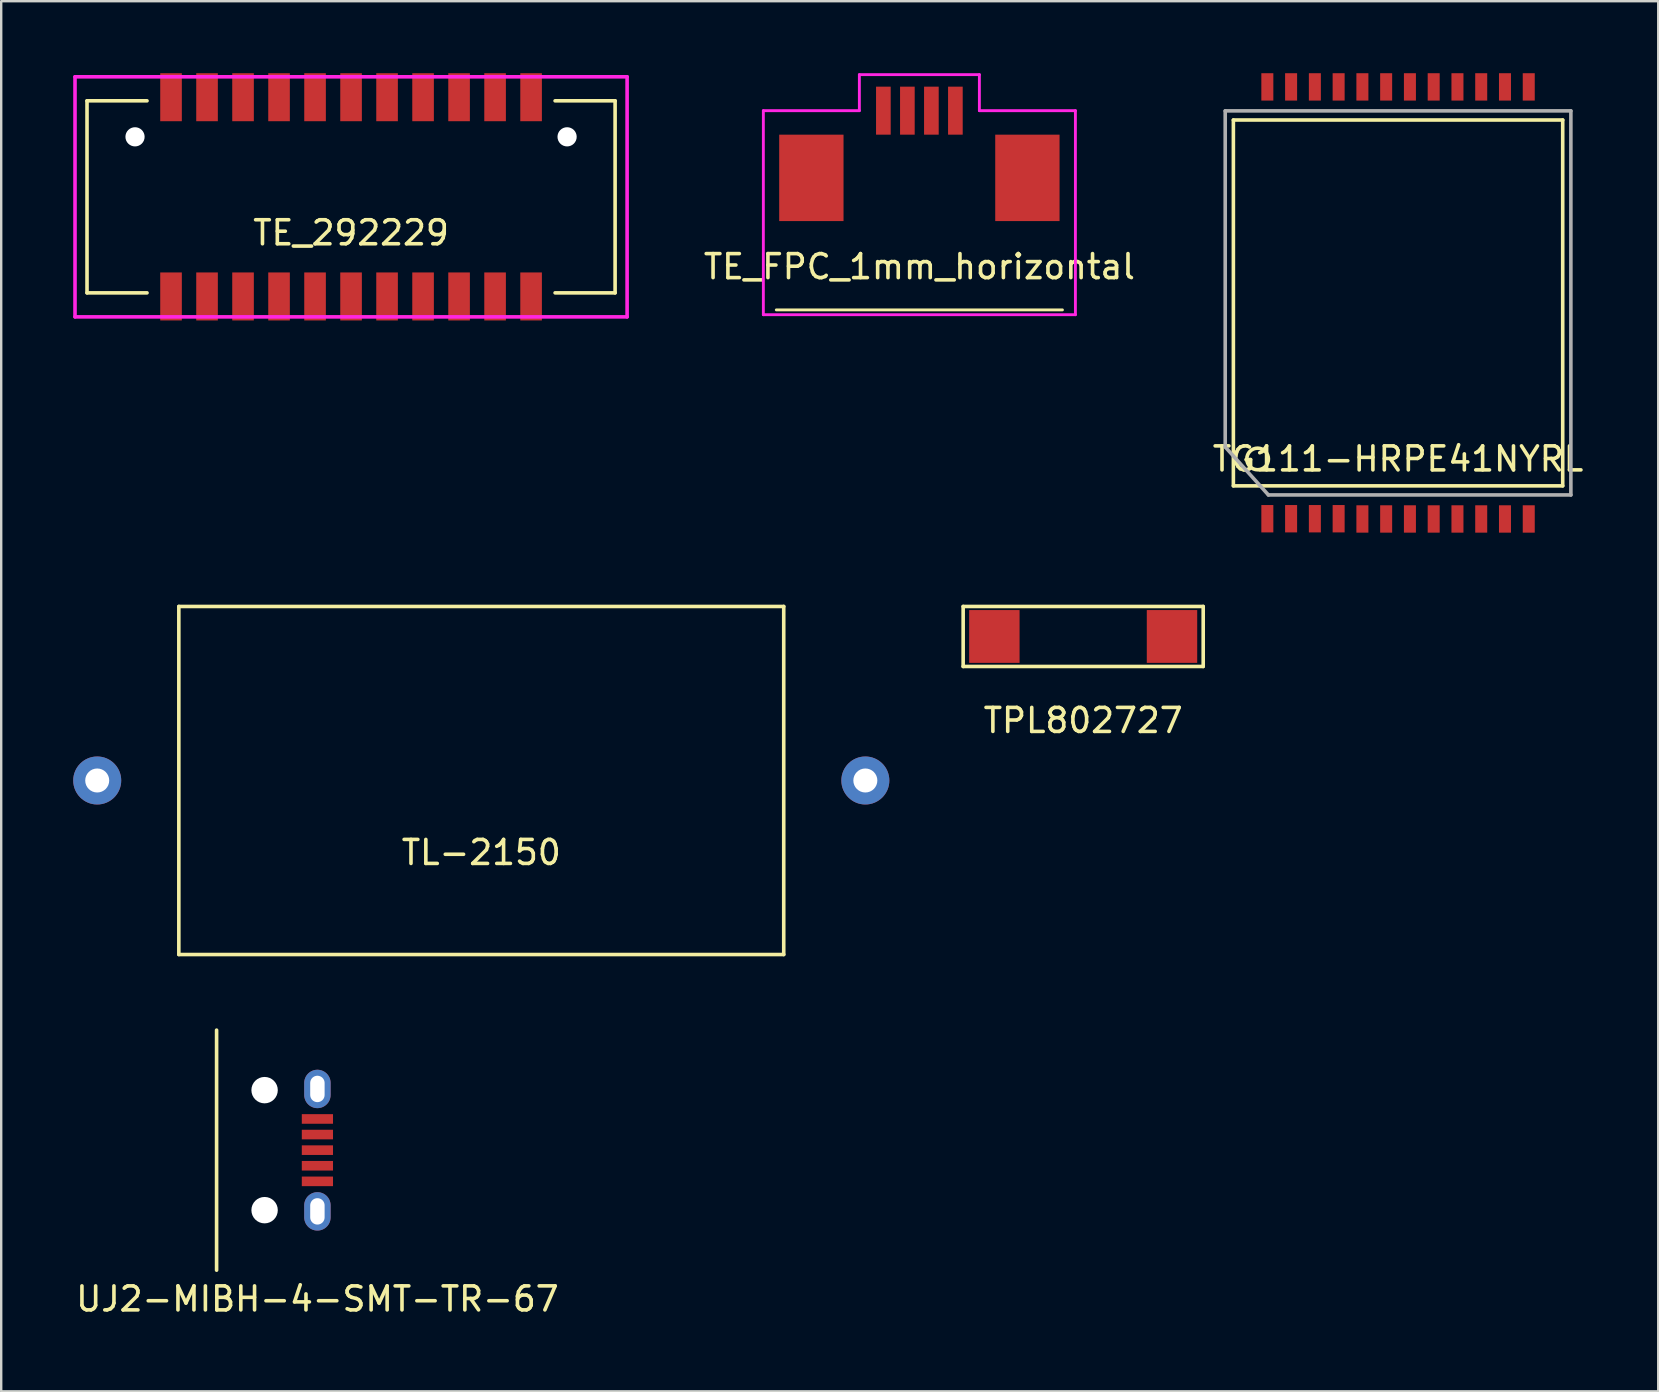
<source format=kicad_pcb>
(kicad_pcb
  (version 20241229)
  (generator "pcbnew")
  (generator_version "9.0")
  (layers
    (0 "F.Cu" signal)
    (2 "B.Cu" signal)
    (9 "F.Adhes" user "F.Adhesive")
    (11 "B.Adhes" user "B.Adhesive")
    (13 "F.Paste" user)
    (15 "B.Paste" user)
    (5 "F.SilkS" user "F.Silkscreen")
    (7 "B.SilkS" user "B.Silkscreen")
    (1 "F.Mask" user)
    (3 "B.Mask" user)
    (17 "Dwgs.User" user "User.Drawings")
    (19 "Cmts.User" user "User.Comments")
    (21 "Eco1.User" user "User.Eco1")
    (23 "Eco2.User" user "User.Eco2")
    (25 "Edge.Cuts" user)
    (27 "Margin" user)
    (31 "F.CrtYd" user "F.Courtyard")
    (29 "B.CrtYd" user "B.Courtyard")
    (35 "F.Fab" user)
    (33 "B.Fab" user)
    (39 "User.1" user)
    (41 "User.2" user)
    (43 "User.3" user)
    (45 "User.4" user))
  (footprint "TE_292229"
    (layer "F.Cu")
    (at 11.575 5.15)
    (property "Reference" "TE_292229" (at 0 1.5 0) (layer "F.SilkS") (effects (font (size 1 1) (thickness 0.15))))
    (attr through_hole)
    (fp_line (start -11 -4) (end -8.5 -4) (stroke (width 0.15) (type solid)) (layer "F.SilkS"))
    (fp_line (start -11 4) (end -11 -4) (stroke (width 0.15) (type solid)) (layer "F.SilkS"))
    (fp_line (start -8.5 4) (end -11 4) (stroke (width 0.15) (type solid)) (layer "F.SilkS"))
    (fp_line (start 8.5 4) (end 11 4) (stroke (width 0.15) (type solid)) (layer "F.SilkS"))
    (fp_line (start 11 -4) (end 8.5 -4) (stroke (width 0.15) (type solid)) (layer "F.SilkS"))
    (fp_line (start 11 4) (end 11 -4) (stroke (width 0.15) (type solid)) (layer "F.SilkS"))
    (fp_line (start -11.5 -5) (end 11.5 -5) (stroke (width 0.15) (type solid)) (layer "F.CrtYd"))
    (fp_line (start -11.5 5) (end -11.5 -5) (stroke (width 0.15) (type solid)) (layer "F.CrtYd"))
    (fp_line (start 11.5 -5) (end 11.5 5) (stroke (width 0.15) (type solid)) (layer "F.CrtYd"))
    (fp_line (start 11.5 5) (end -11.5 5) (stroke (width 0.15) (type solid)) (layer "F.CrtYd"))
    (pad "" np_thru_hole circle (at -9 -2.5) (size 0.8 0.8) (drill 0.8) (layers "*.Cu" "*.Mask"))
    (pad "" np_thru_hole circle (at 9 -2.5) (size 0.8 0.8) (drill 0.8) (layers "*.Cu" "*.Mask"))
    (pad "1" smd rect (at -7.5 4.15) (size 0.9 2) (layers "F.Cu" "F.Mask" "F.Paste"))
    (pad "2" smd rect (at -6 4.15) (size 0.9 2) (layers "F.Cu" "F.Mask" "F.Paste"))
    (pad "3" smd rect (at -4.5 4.15) (size 0.9 2) (layers "F.Cu" "F.Mask" "F.Paste"))
    (pad "4" smd rect (at -3 4.15) (size 0.9 2) (layers "F.Cu" "F.Mask" "F.Paste"))
    (pad "5" smd rect (at -1.5 4.15) (size 0.9 2) (layers "F.Cu" "F.Mask" "F.Paste"))
    (pad "6" smd rect (at 0 4.15) (size 0.9 2) (layers "F.Cu" "F.Mask" "F.Paste"))
    (pad "7" smd rect (at 1.5 4.15) (size 0.9 2) (layers "F.Cu" "F.Mask" "F.Paste"))
    (pad "8" smd rect (at 3 4.15) (size 0.9 2) (layers "F.Cu" "F.Mask" "F.Paste"))
    (pad "9" smd rect (at 4.5 4.15) (size 0.9 2) (layers "F.Cu" "F.Mask" "F.Paste"))
    (pad "10" smd rect (at 6 4.15) (size 0.9 2) (layers "F.Cu" "F.Mask" "F.Paste"))
    (pad "11" smd rect (at 7.5 4.15) (size 0.9 2) (layers "F.Cu" "F.Mask" "F.Paste"))
    (pad "12" smd rect (at 7.5 -4.15) (size 0.9 2) (layers "F.Cu" "F.Mask" "F.Paste"))
    (pad "13" smd rect (at 6 -4.15) (size 0.9 2) (layers "F.Cu" "F.Mask" "F.Paste"))
    (pad "14" smd rect (at 4.5 -4.15) (size 0.9 2) (layers "F.Cu" "F.Mask" "F.Paste"))
    (pad "15" smd rect (at 3 -4.15) (size 0.9 2) (layers "F.Cu" "F.Mask" "F.Paste"))
    (pad "16" smd rect (at 1.5 -4.15) (size 0.9 2) (layers "F.Cu" "F.Mask" "F.Paste"))
    (pad "17" smd rect (at 0 -4.15) (size 0.9 2) (layers "F.Cu" "F.Mask" "F.Paste"))
    (pad "18" smd rect (at -1.5 -4.15) (size 0.9 2) (layers "F.Cu" "F.Mask" "F.Paste"))
    (pad "19" smd rect (at -3 -4.15) (size 0.9 2) (layers "F.Cu" "F.Mask" "F.Paste"))
    (pad "20" smd rect (at -4.5 -4.15) (size 0.9 2) (layers "F.Cu" "F.Mask" "F.Paste"))
    (pad "21" smd rect (at -6 -4.15) (size 0.9 2) (layers "F.Cu" "F.Mask" "F.Paste"))
    (pad "22" smd rect (at -7.5 -4.15) (size 0.9 2) (layers "F.Cu" "F.Mask" "F.Paste")))
  (footprint "TL-2150"
    (layer "F.Cu")
    (at 17 29.465)
    (property "Reference" "TL-2150" (at 0 3 0) (layer "F.SilkS") (effects (font (size 1 1) (thickness 0.15))))
    (attr through_hole)
    (fp_line (start -12.6 -7.25) (end 12.6 -7.25) (stroke (width 0.15) (type solid)) (layer "F.SilkS"))
    (fp_line (start -12.6 7.25) (end -12.6 -7.25) (stroke (width 0.15) (type solid)) (layer "F.SilkS"))
    (fp_line (start 12.6 -7.25) (end 12.6 7.25) (stroke (width 0.15) (type solid)) (layer "F.SilkS"))
    (fp_line (start 12.6 7.25) (end -12.6 7.25) (stroke (width 0.15) (type solid)) (layer "F.SilkS"))
    (pad "1" thru_hole circle (at -16 0) (size 2 2) (drill 1) (layers "*.Cu" "*.Mask"))
    (pad "2" thru_hole circle (at 16 0) (size 2 2) (drill 1) (layers "*.Cu" "*.Mask")))
  (footprint "TG111-HRPE41NYRL"
    (layer "F.Cu")
    (at 55.192 9.57)
    (property "Reference" "TG111-HRPE41NYRL" (at 0 6.5 0) (layer "F.SilkS") (effects (font (size 1 1) (thickness 0.15))))
    (attr through_hole)
    (fp_line (start -6.86 -7.62) (end -6.86 7.62) (stroke (width 0.15) (type solid)) (layer "F.SilkS"))
    (fp_line (start -6.86 -7.62) (end 6.86 -7.62) (stroke (width 0.15) (type solid)) (layer "F.SilkS"))
    (fp_line (start 6.86 -7.62) (end 6.86 7.62) (stroke (width 0.15) (type solid)) (layer "F.SilkS"))
    (fp_line (start 6.86 7.62) (end -6.86 7.62) (stroke (width 0.15) (type solid)) (layer "F.SilkS"))
    (fp_circle (center -5.85 6.5) (end -5.4 6.5) (stroke (width 0.15) (type solid)) (fill no) (layer "F.SilkS"))
    (fp_line (start -7.2 -8) (end 7.2 -8) (stroke (width 0.15) (type solid)) (layer "F.Fab"))
    (fp_line (start -7.2 6) (end -7.2 -8) (stroke (width 0.15) (type solid)) (layer "F.Fab"))
    (fp_line (start -5.4 8) (end -7.2 6) (stroke (width 0.15) (type solid)) (layer "F.Fab"))
    (fp_line (start 7.2 -8) (end 7.2 8) (stroke (width 0.15) (type solid)) (layer "F.Fab"))
    (fp_line (start 7.2 8) (end -5.4 8) (stroke (width 0.15) (type solid)) (layer "F.Fab"))
    (pad "1" smd rect (at -5.445 8.99) (size 0.5 1.14) (layers "F.Cu" "F.Mask" "F.Paste"))
    (pad "2" smd rect (at -4.455 8.99) (size 0.5 1.14) (layers "F.Cu" "F.Mask" "F.Paste"))
    (pad "3" smd rect (at -3.465 8.99) (size 0.5 1.14) (layers "F.Cu" "F.Mask" "F.Paste"))
    (pad "4" smd rect (at -2.475 8.99) (size 0.5 1.14) (layers "F.Cu" "F.Mask" "F.Paste"))
    (pad "5" smd rect (at -1.485 9) (size 0.5 1.14) (layers "F.Cu" "F.Mask" "F.Paste"))
    (pad "6" smd rect (at -0.495 9) (size 0.5 1.14) (layers "F.Cu" "F.Mask" "F.Paste"))
    (pad "7" smd rect (at 0.495 9) (size 0.5 1.14) (layers "F.Cu" "F.Mask" "F.Paste"))
    (pad "8" smd rect (at 1.485 9) (size 0.5 1.14) (layers "F.Cu" "F.Mask" "F.Paste"))
    (pad "9" smd rect (at 2.475 9) (size 0.5 1.14) (layers "F.Cu" "F.Mask" "F.Paste"))
    (pad "10" smd rect (at 3.465 9) (size 0.5 1.14) (layers "F.Cu" "F.Mask" "F.Paste"))
    (pad "11" smd rect (at 4.455 9) (size 0.5 1.14) (layers "F.Cu" "F.Mask" "F.Paste"))
    (pad "12" smd rect (at 5.445 9) (size 0.5 1.14) (layers "F.Cu" "F.Mask" "F.Paste"))
    (pad "13" smd rect (at 5.445 -9) (size 0.5 1.14) (layers "F.Cu" "F.Mask" "F.Paste"))
    (pad "14" smd rect (at 4.455 -9) (size 0.5 1.14) (layers "F.Cu" "F.Mask" "F.Paste"))
    (pad "15" smd rect (at 3.465 -9) (size 0.5 1.14) (layers "F.Cu" "F.Mask" "F.Paste"))
    (pad "16" smd rect (at 2.475 -9) (size 0.5 1.14) (layers "F.Cu" "F.Mask" "F.Paste"))
    (pad "17" smd rect (at 1.485 -9) (size 0.5 1.14) (layers "F.Cu" "F.Mask" "F.Paste"))
    (pad "18" smd rect (at 0.495 -9) (size 0.5 1.14) (layers "F.Cu" "F.Mask" "F.Paste"))
    (pad "19" smd rect (at -0.495 -9) (size 0.5 1.14) (layers "F.Cu" "F.Mask" "F.Paste"))
    (pad "20" smd rect (at -1.485 -9) (size 0.5 1.14) (layers "F.Cu" "F.Mask" "F.Paste"))
    (pad "21" smd rect (at -2.475 -9) (size 0.5 1.14) (layers "F.Cu" "F.Mask" "F.Paste"))
    (pad "22" smd rect (at -3.465 -9) (size 0.5 1.14) (layers "F.Cu" "F.Mask" "F.Paste"))
    (pad "23" smd rect (at -4.455 -9) (size 0.5 1.14) (layers "F.Cu" "F.Mask" "F.Paste"))
    (pad "24" smd rect (at -5.445 -9) (size 0.5 1.14) (layers "F.Cu" "F.Mask" "F.Paste")))
  (footprint "TE_FPC_1mm_horizontal"
    (layer "F.Cu")
    (at 35.251 2.56)
    (property "Reference" "TE_FPC_1mm_horizontal" (at 0 5.5 0) (layer "F.SilkS") (effects (font (size 1 1) (thickness 0.15))))
    (attr through_hole)
    (fp_line (start -5.96 7.3) (end 5.96 7.3) (stroke (width 0.12) (type solid)) (layer "F.SilkS"))
    (fp_line (start -6.5 -1) (end -2.5 -1) (stroke (width 0.12) (type solid)) (layer "F.CrtYd"))
    (fp_line (start -6.5 7.5) (end -6.5 -1) (stroke (width 0.12) (type solid)) (layer "F.CrtYd"))
    (fp_line (start -2.5 -2.5) (end 2.5 -2.5) (stroke (width 0.12) (type solid)) (layer "F.CrtYd"))
    (fp_line (start -2.5 -1) (end -2.5 -2.5) (stroke (width 0.12) (type solid)) (layer "F.CrtYd"))
    (fp_line (start 2.5 -2.5) (end 2.5 -1) (stroke (width 0.12) (type solid)) (layer "F.CrtYd"))
    (fp_line (start 2.5 -1) (end 6.5 -1) (stroke (width 0.12) (type solid)) (layer "F.CrtYd"))
    (fp_line (start 6.5 -1) (end 6.5 7.5) (stroke (width 0.12) (type solid)) (layer "F.CrtYd"))
    (fp_line (start 6.5 7.5) (end -6.5 7.5) (stroke (width 0.12) (type solid)) (layer "F.CrtYd"))
    (pad "" smd rect (at -4.5 1.8) (size 2.68 3.6) (layers "F.Cu" "F.Mask" "F.Paste"))
    (pad "" smd rect (at 4.5 1.8) (size 2.68 3.6) (layers "F.Cu" "F.Mask" "F.Paste"))
    (pad "1" smd rect (at -1.5 -1) (size 0.61 2) (layers "F.Cu" "F.Mask" "F.Paste"))
    (pad "2" smd rect (at -0.5 -1) (size 0.61 2) (layers "F.Cu" "F.Mask" "F.Paste"))
    (pad "3" smd rect (at 0.5 -1) (size 0.61 2) (layers "F.Cu" "F.Mask" "F.Paste"))
    (pad "4" smd rect (at 1.5 -1) (size 0.61 2) (layers "F.Cu" "F.Mask" "F.Paste")))
  (footprint "UJ2-MIBH-4-SMT-TR-67"
    (layer "F.Cu")
    (at 10.173 44.865)
    (property "Reference" "UJ2-MIBH-4-SMT-TR-67" (at 0 6.2 0) (layer "F.SilkS") (effects (font (size 1 1) (thickness 0.15))))
    (attr through_hole)
    (fp_line (start -4.2 -5) (end -4.2 5) (stroke (width 0.15) (type solid)) (layer "F.SilkS"))
    (pad "" np_thru_hole circle (at -2.2 -2.5) (size 1.1 1.1) (drill 1.1) (layers "*.Cu" "*.Mask"))
    (pad "" np_thru_hole circle (at -2.2 2.5) (size 1.1 1.1) (drill 1.1) (layers "*.Cu" "*.Mask"))
    (pad "1" smd rect (at 0 -1.3) (size 1.3 0.4) (layers "F.Cu" "F.Mask" "F.Paste"))
    (pad "2" smd rect (at 0 -0.65) (size 1.3 0.4) (layers "F.Cu" "F.Mask" "F.Paste"))
    (pad "3" smd rect (at 0 0) (size 1.3 0.4) (layers "F.Cu" "F.Mask" "F.Paste"))
    (pad "4" smd rect (at 0 0.65) (size 1.3 0.4) (layers "F.Cu" "F.Mask" "F.Paste"))
    (pad "5" smd rect (at 0 1.3) (size 1.3 0.4) (layers "F.Cu" "F.Mask" "F.Paste"))
    (pad "6" thru_hole oval (at 0 -2.55) (size 1.1 1.6) (drill oval 0.6 1.1) (layers "*.Cu" "*.Mask"))
    (pad "6" thru_hole oval (at 0 2.55) (size 1.1 1.6) (drill oval 0.6 1.1) (layers "*.Cu" "*.Mask")))
  (footprint "TPL802727"
    (layer "F.Cu")
    (at 42.075 23.465)
    (property "Reference" "TPL802727" (at 0 3.5 0) (layer "F.SilkS") (effects (font (size 1 1) (thickness 0.15))))
    (attr through_hole)
    (fp_line (start -5 -1.25) (end 5 -1.25) (stroke (width 0.15) (type solid)) (layer "F.SilkS"))
    (fp_line (start -5 1.25) (end -5 -1.25) (stroke (width 0.15) (type solid)) (layer "F.SilkS"))
    (fp_line (start 5 -1.25) (end 5 1.25) (stroke (width 0.15) (type solid)) (layer "F.SilkS"))
    (fp_line (start 5 1.25) (end -5 1.25) (stroke (width 0.15) (type solid)) (layer "F.SilkS"))
    (pad "1" smd rect (at -3.7 0) (size 2.1 2.2) (layers "F.Cu" "F.Mask" "F.Paste"))
    (pad "2" smd rect (at 3.7 0) (size 2.1 2.2) (layers "F.Cu" "F.Mask" "F.Paste")))
  (gr_rect
    (start -3 -3)
    (end 66.031 54.913)
    (stroke (width 0.1) (type default))
    (fill no)
    (layer "Edge.Cuts")))
</source>
